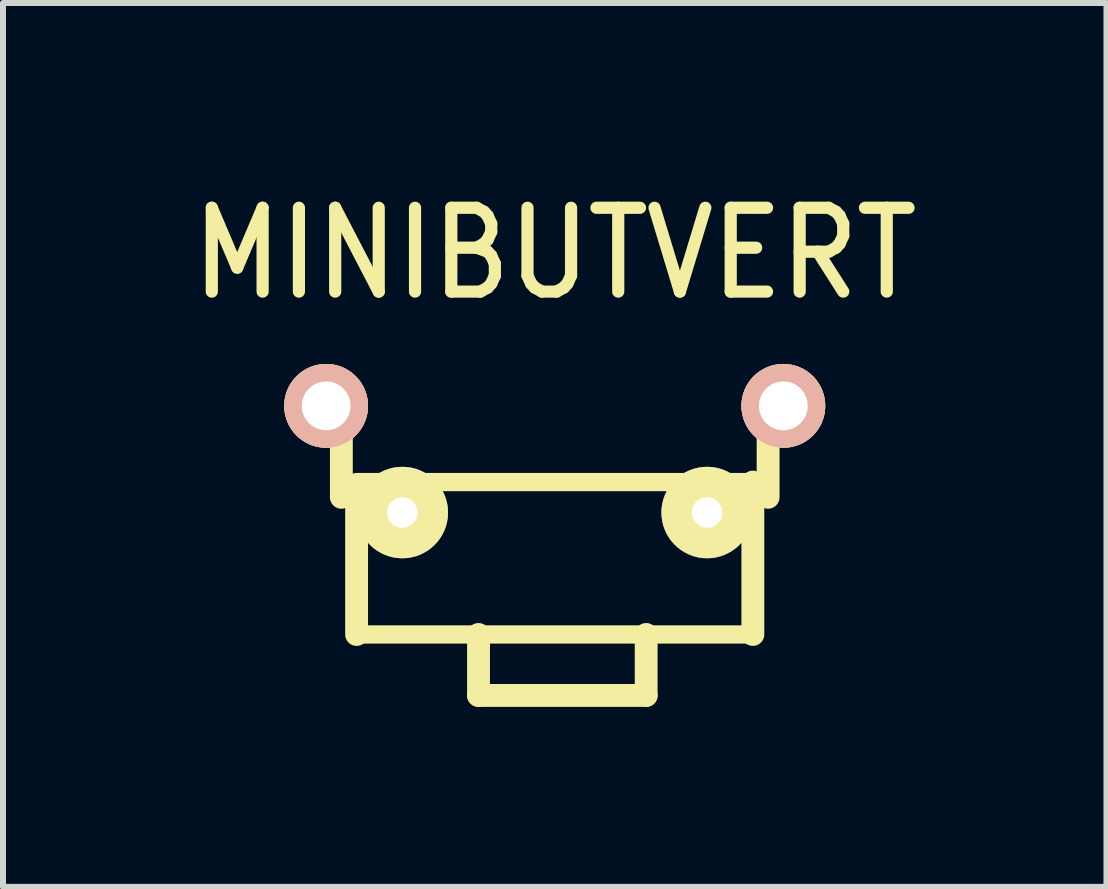
<source format=kicad_pcb>
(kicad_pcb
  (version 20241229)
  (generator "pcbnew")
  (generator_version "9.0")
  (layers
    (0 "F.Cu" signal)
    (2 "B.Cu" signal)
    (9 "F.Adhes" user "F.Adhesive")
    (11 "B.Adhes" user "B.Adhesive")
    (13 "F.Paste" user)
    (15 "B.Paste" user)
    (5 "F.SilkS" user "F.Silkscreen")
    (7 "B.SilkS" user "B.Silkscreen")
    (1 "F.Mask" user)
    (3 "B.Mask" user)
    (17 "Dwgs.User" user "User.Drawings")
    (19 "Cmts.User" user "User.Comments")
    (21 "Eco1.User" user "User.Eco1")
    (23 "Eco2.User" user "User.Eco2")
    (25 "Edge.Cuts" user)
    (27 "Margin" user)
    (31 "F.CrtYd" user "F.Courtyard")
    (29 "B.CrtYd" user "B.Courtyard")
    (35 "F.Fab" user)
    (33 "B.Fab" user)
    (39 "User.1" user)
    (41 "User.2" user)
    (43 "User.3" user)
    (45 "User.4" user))
  (footprint "MINIBUTVERT"
    (layer "F.Cu")
    (at 6.195 3.714)
    (property "Reference" "MINIBUTVERT" (at 0 -2.54 0) (layer "F.SilkS") (effects (font (size 1.397 1.27) (thickness 0.203))))
    (attr through_hole)
    (fp_line (start -3.556 1.524) (end -3.556 -0.254) (stroke (width 0.381) (type solid)) (layer "F.SilkS"))
    (fp_line (start -3.302 3.81) (end -3.302 1.524) (stroke (width 0.381) (type solid)) (layer "F.SilkS"))
    (fp_line (start -3.302 3.81) (end 3.302 3.81) (stroke (width 0.305) (type solid)) (layer "F.SilkS"))
    (fp_line (start -1.27 3.81) (end -1.27 4.826) (stroke (width 0.381) (type solid)) (layer "F.SilkS"))
    (fp_line (start -1.27 4.826) (end 1.524 4.826) (stroke (width 0.381) (type solid)) (layer "F.SilkS"))
    (fp_line (start 1.524 4.826) (end 1.524 3.81) (stroke (width 0.381) (type solid)) (layer "F.SilkS"))
    (fp_line (start 3.302 1.27) (end -3.302 1.27) (stroke (width 0.305) (type solid)) (layer "F.SilkS"))
    (fp_line (start 3.302 3.81) (end 3.302 1.27) (stroke (width 0.381) (type solid)) (layer "F.SilkS"))
    (fp_line (start 3.556 1.524) (end 3.556 -0.254) (stroke (width 0.381) (type solid)) (layer "F.SilkS"))
    (pad "1" thru_hole circle (at -2.54 1.778) (size 1.524 1.524) (drill 0.508) (layers "*.Cu" "*.Mask" "F.SilkS"))
    (pad "2" thru_hole circle (at 2.54 1.778) (size 1.524 1.524) (drill 0.508) (layers "*.Cu" "*.Mask" "F.SilkS"))
    (pad "A" thru_hole circle (at -3.81 0) (size 1.397 1.397) (drill 0.813) (layers "*.Cu" "*.SilkS" "*.Mask"))
    (pad "B" thru_hole circle (at 3.81 0) (size 1.397 1.397) (drill 0.813) (layers "*.Cu" "*.SilkS" "*.Mask")))
  (gr_rect
    (start -3 -3)
    (end 15.39 11.73)
    (stroke (width 0.1) (type default))
    (fill no)
    (layer "Edge.Cuts")))
</source>
